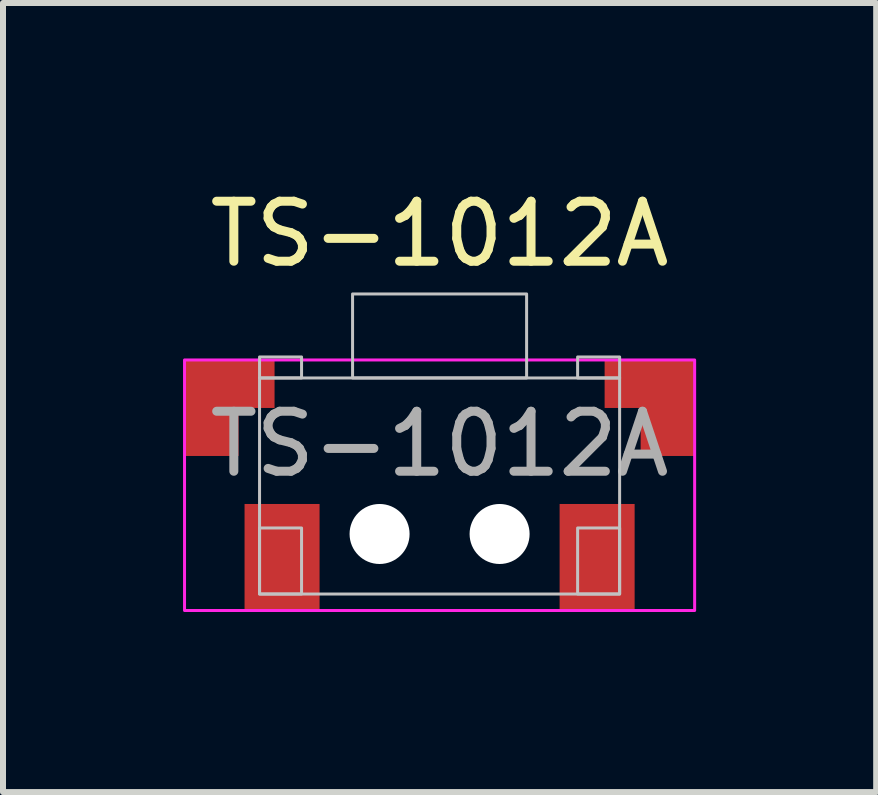
<source format=kicad_pcb>
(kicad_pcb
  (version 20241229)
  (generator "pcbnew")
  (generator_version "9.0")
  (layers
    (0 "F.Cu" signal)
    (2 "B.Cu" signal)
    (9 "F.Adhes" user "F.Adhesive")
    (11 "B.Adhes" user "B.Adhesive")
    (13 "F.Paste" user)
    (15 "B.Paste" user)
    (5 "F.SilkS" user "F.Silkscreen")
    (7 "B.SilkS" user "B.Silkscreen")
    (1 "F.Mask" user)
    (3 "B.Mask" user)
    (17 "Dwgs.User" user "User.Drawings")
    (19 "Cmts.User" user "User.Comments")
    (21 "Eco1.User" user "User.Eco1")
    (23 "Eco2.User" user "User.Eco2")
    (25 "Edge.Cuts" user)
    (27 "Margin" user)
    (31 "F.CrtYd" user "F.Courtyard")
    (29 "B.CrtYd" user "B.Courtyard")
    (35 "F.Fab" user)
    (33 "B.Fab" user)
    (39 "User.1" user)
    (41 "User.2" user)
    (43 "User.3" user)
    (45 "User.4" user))
  (footprint "TS-1012A"
    (layer "F.Cu")
    (at 4.275 3.248)
    (property "Reference" "TS-1012A" (at 0 -2.4 0) (unlocked yes) (layer "F.SilkS") (effects (font (size 1 1) (thickness 0.15))))
    (fp_rect (start -3 0) (end -2.3 -0.35) (stroke (width 0.05) (type solid)) (fill no) (layer "Dwgs.User"))
    (fp_rect (start -3 0) (end 3 3.6) (stroke (width 0.05) (type solid)) (fill no) (layer "Dwgs.User"))
    (fp_rect (start -3 3.6) (end -2.3 2.5) (stroke (width 0.05) (type solid)) (fill no) (layer "Dwgs.User"))
    (fp_rect (start 1.45 -1.4) (end -1.45 0) (stroke (width 0.05) (type solid)) (fill no) (layer "Dwgs.User"))
    (fp_rect (start 3 0) (end 2.3 -0.35) (stroke (width 0.05) (type solid)) (fill no) (layer "Dwgs.User"))
    (fp_rect (start 3 3.6) (end 2.3 2.5) (stroke (width 0.05) (type solid)) (fill no) (layer "Dwgs.User"))
    (fp_circle (center -1 2.6) (end -0.55 2.6) (stroke (width 0.05) (type solid)) (fill no) (layer "Dwgs.User"))
    (fp_circle (center 1 2.6) (end 1.45 2.6) (stroke (width 0.05) (type solid)) (fill no) (layer "Dwgs.User"))
    (fp_rect (start -4.25 -0.3) (end 4.25 3.875) (stroke (width 0.05) (type solid)) (fill no) (layer "F.CrtYd"))
    (fp_text user "${REFERENCE}" (at 0 1.1 0) (unlocked yes) (layer "F.Fab") (effects (font (size 1 1) (thickness 0.15))))
    (pad "" np_thru_hole circle (at -1 2.6) (size 1 1) (drill 1) (layers "*.Cu" "*.Mask"))
    (pad "" np_thru_hole circle (at 1 2.6) (size 1 1) (drill 1) (layers "*.Cu" "*.Mask"))
    (pad "1" smd custom (at -3.5 0.1) (size 1.5 0.8) (layers "F.Cu" "F.Mask" "F.Paste") (options (anchor rect)) (primitives (gr_poly (pts (xy 0.15 0.4) (xy -0.75 0.4) (xy -0.75 1.2) (xy 0.15 1.2)) (width 0) (fill yes))))
    (pad "1" smd rect (at -2.625 3) (size 1.25 1.8) (layers "F.Cu" "F.Mask" "F.Paste"))
    (pad "2" smd rect (at 2.625 3) (size 1.25 1.8) (layers "F.Cu" "F.Mask" "F.Paste"))
    (pad "2" smd custom (at 3.5 0.1) (size 1.5 0.8) (layers "F.Cu" "F.Mask" "F.Paste") (options (anchor rect)) (primitives (gr_poly (pts (xy -0.15 0.4) (xy 0.75 0.4) (xy 0.75 1.2) (xy -0.15 1.2)) (width 0) (fill yes)))))
  (gr_rect
    (start -3 -3)
    (end 11.55 10.148)
    (stroke (width 0.1) (type default))
    (fill no)
    (layer "Edge.Cuts")))
</source>
